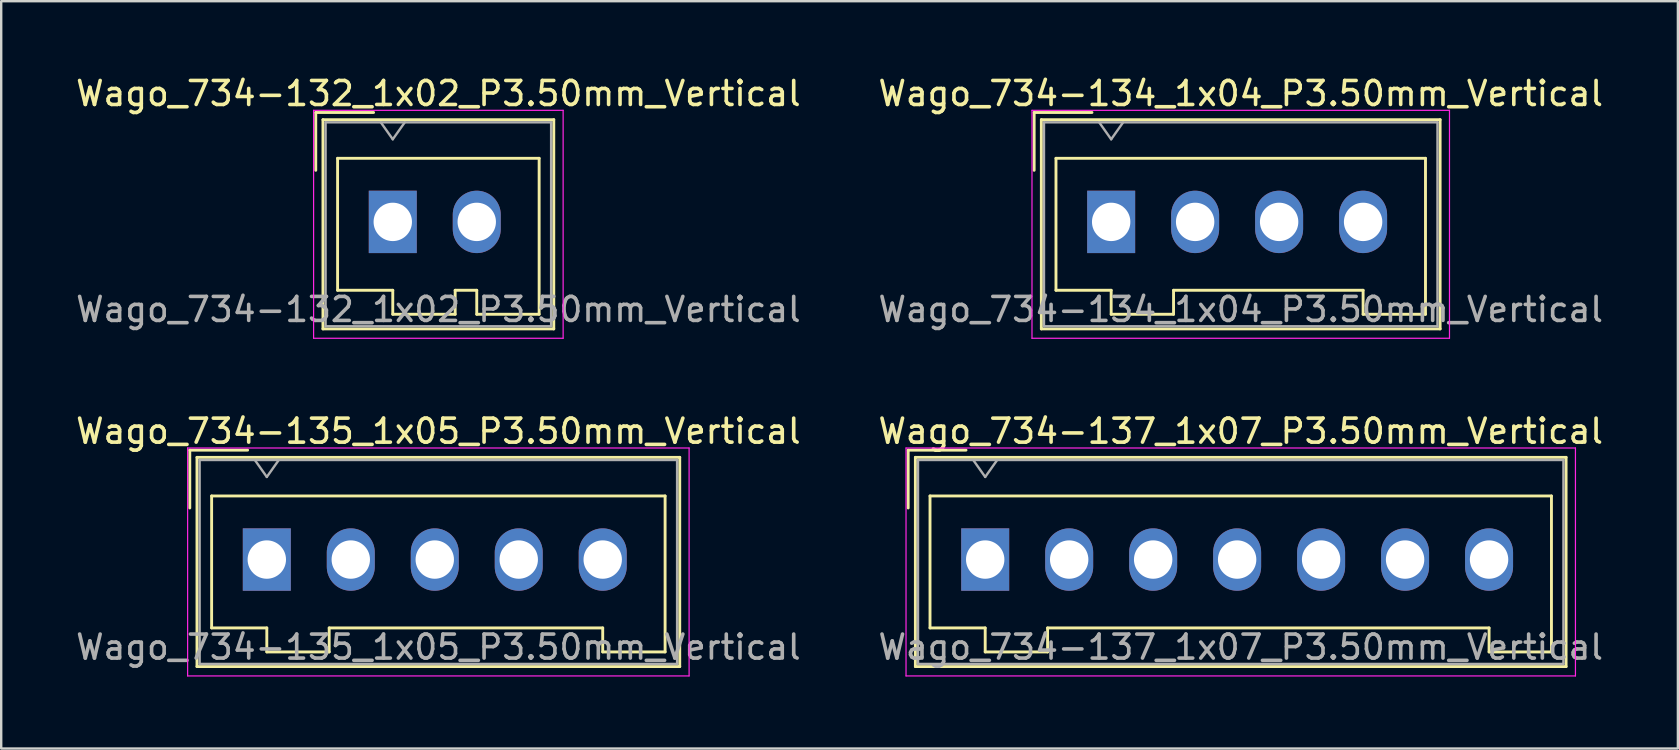
<source format=kicad_pcb>
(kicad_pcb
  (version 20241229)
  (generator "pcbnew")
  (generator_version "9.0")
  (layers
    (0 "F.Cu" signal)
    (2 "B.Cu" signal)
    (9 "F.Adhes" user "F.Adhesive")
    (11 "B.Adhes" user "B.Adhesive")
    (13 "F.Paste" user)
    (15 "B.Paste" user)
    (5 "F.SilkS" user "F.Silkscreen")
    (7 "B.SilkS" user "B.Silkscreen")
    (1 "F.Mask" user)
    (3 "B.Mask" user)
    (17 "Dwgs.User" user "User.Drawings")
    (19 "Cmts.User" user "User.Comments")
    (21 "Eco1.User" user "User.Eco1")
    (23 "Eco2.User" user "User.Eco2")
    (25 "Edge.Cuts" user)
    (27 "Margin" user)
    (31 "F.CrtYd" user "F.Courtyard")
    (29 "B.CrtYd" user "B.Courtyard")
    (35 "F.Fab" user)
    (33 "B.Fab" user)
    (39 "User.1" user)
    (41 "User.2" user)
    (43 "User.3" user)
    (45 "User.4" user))
  (footprint "Wago_734-137_1x07_P3.50mm_Vertical"
    (layer "F.Cu")
    (at 38.011 20.271)
    (property "Reference" "Wago_734-137_1x07_P3.50mm_Vertical" (at 10.65 -5.35 0) (layer "F.SilkS") (effects (font (size 1 1) (thickness 0.15))))
    (attr through_hole)
    (fp_line (start -3.21 -4.56) (end -0.8 -4.56) (stroke (width 0.12) (type solid)) (layer "F.SilkS"))
    (fp_line (start -3.21 -2.15) (end -3.21 -4.56) (stroke (width 0.12) (type solid)) (layer "F.SilkS"))
    (fp_line (start -2.91 -4.26) (end -2.91 4.46) (stroke (width 0.12) (type solid)) (layer "F.SilkS"))
    (fp_line (start -2.91 4.46) (end 24.21 4.46) (stroke (width 0.12) (type solid)) (layer "F.SilkS"))
    (fp_line (start -2.3 -2.65) (end -2.3 2.85) (stroke (width 0.12) (type solid)) (layer "F.SilkS"))
    (fp_line (start -2.3 2.85) (end 0 2.85) (stroke (width 0.12) (type solid)) (layer "F.SilkS"))
    (fp_line (start 0 2.85) (end 0 3.85) (stroke (width 0.12) (type solid)) (layer "F.SilkS"))
    (fp_line (start 0 3.85) (end 2.6 3.85) (stroke (width 0.12) (type solid)) (layer "F.SilkS"))
    (fp_line (start 2.6 2.85) (end 21 2.85) (stroke (width 0.12) (type solid)) (layer "F.SilkS"))
    (fp_line (start 2.6 3.85) (end 2.6 2.85) (stroke (width 0.12) (type solid)) (layer "F.SilkS"))
    (fp_line (start 21 2.85) (end 21 3.85) (stroke (width 0.12) (type solid)) (layer "F.SilkS"))
    (fp_line (start 21 3.85) (end 23.6 3.85) (stroke (width 0.12) (type solid)) (layer "F.SilkS"))
    (fp_line (start 23.6 -2.65) (end -2.3 -2.65) (stroke (width 0.12) (type solid)) (layer "F.SilkS"))
    (fp_line (start 23.6 3.85) (end 23.6 -2.65) (stroke (width 0.12) (type solid)) (layer "F.SilkS"))
    (fp_line (start 24.21 -4.26) (end -2.91 -4.26) (stroke (width 0.12) (type solid)) (layer "F.SilkS"))
    (fp_line (start 24.21 4.46) (end 24.21 -4.26) (stroke (width 0.12) (type solid)) (layer "F.SilkS"))
    (fp_line (start -3.3 -4.65) (end -3.3 4.85) (stroke (width 0.05) (type solid)) (layer "F.CrtYd"))
    (fp_line (start -3.3 4.85) (end 24.6 4.85) (stroke (width 0.05) (type solid)) (layer "F.CrtYd"))
    (fp_line (start 24.6 -4.65) (end -3.3 -4.65) (stroke (width 0.05) (type solid)) (layer "F.CrtYd"))
    (fp_line (start 24.6 4.85) (end 24.6 -4.65) (stroke (width 0.05) (type solid)) (layer "F.CrtYd"))
    (fp_line (start -2.8 -4.15) (end -2.8 4.35) (stroke (width 0.1) (type solid)) (layer "F.Fab"))
    (fp_line (start -2.8 4.35) (end 24.1 4.35) (stroke (width 0.1) (type solid)) (layer "F.Fab"))
    (fp_line (start -0.5 -4.15) (end 0 -3.443) (stroke (width 0.1) (type solid)) (layer "F.Fab"))
    (fp_line (start 0 -3.443) (end 0.5 -4.15) (stroke (width 0.1) (type solid)) (layer "F.Fab"))
    (fp_line (start 24.1 -4.15) (end -2.8 -4.15) (stroke (width 0.1) (type solid)) (layer "F.Fab"))
    (fp_line (start 24.1 4.35) (end 24.1 -4.15) (stroke (width 0.1) (type solid)) (layer "F.Fab"))
    (fp_text user "${REFERENCE}" (at 10.65 3.65 0) (layer "F.Fab") (effects (font (size 1 1) (thickness 0.15))))
    (pad "1" thru_hole rect (at 0 0) (size 2 2.6) (drill 1.6) (layers "*.Cu" "*.Mask"))
    (pad "2" thru_hole oval (at 3.5 0) (size 2 2.6) (drill 1.6) (layers "*.Cu" "*.Mask"))
    (pad "3" thru_hole oval (at 7 0) (size 2 2.6) (drill 1.6) (layers "*.Cu" "*.Mask"))
    (pad "4" thru_hole oval (at 10.5 0) (size 2 2.6) (drill 1.6) (layers "*.Cu" "*.Mask"))
    (pad "5" thru_hole oval (at 14 0) (size 2 2.6) (drill 1.6) (layers "*.Cu" "*.Mask"))
    (pad "6" thru_hole oval (at 17.5 0) (size 2 2.6) (drill 1.6) (layers "*.Cu" "*.Mask"))
    (pad "7" thru_hole oval (at 21 0) (size 2 2.6) (drill 1.6) (layers "*.Cu" "*.Mask")))
  (footprint "Wago_734-134_1x04_P3.50mm_Vertical"
    (layer "F.Cu")
    (at 43.261 6.198)
    (property "Reference" "Wago_734-134_1x04_P3.50mm_Vertical" (at 5.4 -5.35 0) (layer "F.SilkS") (effects (font (size 1 1) (thickness 0.15))))
    (attr through_hole)
    (fp_line (start -3.21 -4.56) (end -0.8 -4.56) (stroke (width 0.12) (type solid)) (layer "F.SilkS"))
    (fp_line (start -3.21 -2.15) (end -3.21 -4.56) (stroke (width 0.12) (type solid)) (layer "F.SilkS"))
    (fp_line (start -2.91 -4.26) (end -2.91 4.46) (stroke (width 0.12) (type solid)) (layer "F.SilkS"))
    (fp_line (start -2.91 4.46) (end 13.71 4.46) (stroke (width 0.12) (type solid)) (layer "F.SilkS"))
    (fp_line (start -2.3 -2.65) (end -2.3 2.85) (stroke (width 0.12) (type solid)) (layer "F.SilkS"))
    (fp_line (start -2.3 2.85) (end 0 2.85) (stroke (width 0.12) (type solid)) (layer "F.SilkS"))
    (fp_line (start 0 2.85) (end 0 3.85) (stroke (width 0.12) (type solid)) (layer "F.SilkS"))
    (fp_line (start 0 3.85) (end 2.6 3.85) (stroke (width 0.12) (type solid)) (layer "F.SilkS"))
    (fp_line (start 2.6 2.85) (end 10.5 2.85) (stroke (width 0.12) (type solid)) (layer "F.SilkS"))
    (fp_line (start 2.6 3.85) (end 2.6 2.85) (stroke (width 0.12) (type solid)) (layer "F.SilkS"))
    (fp_line (start 10.5 2.85) (end 10.5 3.85) (stroke (width 0.12) (type solid)) (layer "F.SilkS"))
    (fp_line (start 10.5 3.85) (end 13.1 3.85) (stroke (width 0.12) (type solid)) (layer "F.SilkS"))
    (fp_line (start 13.1 -2.65) (end -2.3 -2.65) (stroke (width 0.12) (type solid)) (layer "F.SilkS"))
    (fp_line (start 13.1 3.85) (end 13.1 -2.65) (stroke (width 0.12) (type solid)) (layer "F.SilkS"))
    (fp_line (start 13.71 -4.26) (end -2.91 -4.26) (stroke (width 0.12) (type solid)) (layer "F.SilkS"))
    (fp_line (start 13.71 4.46) (end 13.71 -4.26) (stroke (width 0.12) (type solid)) (layer "F.SilkS"))
    (fp_line (start -3.3 -4.65) (end -3.3 4.85) (stroke (width 0.05) (type solid)) (layer "F.CrtYd"))
    (fp_line (start -3.3 4.85) (end 14.1 4.85) (stroke (width 0.05) (type solid)) (layer "F.CrtYd"))
    (fp_line (start 14.1 -4.65) (end -3.3 -4.65) (stroke (width 0.05) (type solid)) (layer "F.CrtYd"))
    (fp_line (start 14.1 4.85) (end 14.1 -4.65) (stroke (width 0.05) (type solid)) (layer "F.CrtYd"))
    (fp_line (start -2.8 -4.15) (end -2.8 4.35) (stroke (width 0.1) (type solid)) (layer "F.Fab"))
    (fp_line (start -2.8 4.35) (end 13.6 4.35) (stroke (width 0.1) (type solid)) (layer "F.Fab"))
    (fp_line (start -0.5 -4.15) (end 0 -3.443) (stroke (width 0.1) (type solid)) (layer "F.Fab"))
    (fp_line (start 0 -3.443) (end 0.5 -4.15) (stroke (width 0.1) (type solid)) (layer "F.Fab"))
    (fp_line (start 13.6 -4.15) (end -2.8 -4.15) (stroke (width 0.1) (type solid)) (layer "F.Fab"))
    (fp_line (start 13.6 4.35) (end 13.6 -4.15) (stroke (width 0.1) (type solid)) (layer "F.Fab"))
    (fp_text user "${REFERENCE}" (at 5.4 3.65 0) (layer "F.Fab") (effects (font (size 1 1) (thickness 0.15))))
    (pad "1" thru_hole rect (at 0 0) (size 2 2.6) (drill 1.6) (layers "*.Cu" "*.Mask"))
    (pad "2" thru_hole oval (at 3.5 0) (size 2 2.6) (drill 1.6) (layers "*.Cu" "*.Mask"))
    (pad "3" thru_hole oval (at 7 0) (size 2 2.6) (drill 1.6) (layers "*.Cu" "*.Mask"))
    (pad "4" thru_hole oval (at 10.5 0) (size 2 2.6) (drill 1.6) (layers "*.Cu" "*.Mask")))
  (footprint "Wago_734-132_1x02_P3.50mm_Vertical"
    (layer "F.Cu")
    (at 13.32 6.198)
    (property "Reference" "Wago_734-132_1x02_P3.50mm_Vertical" (at 1.9 -5.35 0) (layer "F.SilkS") (effects (font (size 1 1) (thickness 0.15))))
    (attr through_hole)
    (fp_line (start -3.21 -4.56) (end -0.8 -4.56) (stroke (width 0.12) (type solid)) (layer "F.SilkS"))
    (fp_line (start -3.21 -2.15) (end -3.21 -4.56) (stroke (width 0.12) (type solid)) (layer "F.SilkS"))
    (fp_line (start -2.91 -4.26) (end -2.91 4.46) (stroke (width 0.12) (type solid)) (layer "F.SilkS"))
    (fp_line (start -2.91 4.46) (end 6.71 4.46) (stroke (width 0.12) (type solid)) (layer "F.SilkS"))
    (fp_line (start -2.3 -2.65) (end -2.3 2.85) (stroke (width 0.12) (type solid)) (layer "F.SilkS"))
    (fp_line (start -2.3 2.85) (end 0 2.85) (stroke (width 0.12) (type solid)) (layer "F.SilkS"))
    (fp_line (start 0 2.85) (end 0 3.85) (stroke (width 0.12) (type solid)) (layer "F.SilkS"))
    (fp_line (start 0 3.85) (end 2.6 3.85) (stroke (width 0.12) (type solid)) (layer "F.SilkS"))
    (fp_line (start 2.6 2.85) (end 3.5 2.85) (stroke (width 0.12) (type solid)) (layer "F.SilkS"))
    (fp_line (start 2.6 3.85) (end 2.6 2.85) (stroke (width 0.12) (type solid)) (layer "F.SilkS"))
    (fp_line (start 3.5 2.85) (end 3.5 3.85) (stroke (width 0.12) (type solid)) (layer "F.SilkS"))
    (fp_line (start 3.5 3.85) (end 6.1 3.85) (stroke (width 0.12) (type solid)) (layer "F.SilkS"))
    (fp_line (start 6.1 -2.65) (end -2.3 -2.65) (stroke (width 0.12) (type solid)) (layer "F.SilkS"))
    (fp_line (start 6.1 3.85) (end 6.1 -2.65) (stroke (width 0.12) (type solid)) (layer "F.SilkS"))
    (fp_line (start 6.71 -4.26) (end -2.91 -4.26) (stroke (width 0.12) (type solid)) (layer "F.SilkS"))
    (fp_line (start 6.71 4.46) (end 6.71 -4.26) (stroke (width 0.12) (type solid)) (layer "F.SilkS"))
    (fp_line (start -3.3 -4.65) (end -3.3 4.85) (stroke (width 0.05) (type solid)) (layer "F.CrtYd"))
    (fp_line (start -3.3 4.85) (end 7.1 4.85) (stroke (width 0.05) (type solid)) (layer "F.CrtYd"))
    (fp_line (start 7.1 -4.65) (end -3.3 -4.65) (stroke (width 0.05) (type solid)) (layer "F.CrtYd"))
    (fp_line (start 7.1 4.85) (end 7.1 -4.65) (stroke (width 0.05) (type solid)) (layer "F.CrtYd"))
    (fp_line (start -2.8 -4.15) (end -2.8 4.35) (stroke (width 0.1) (type solid)) (layer "F.Fab"))
    (fp_line (start -2.8 4.35) (end 6.6 4.35) (stroke (width 0.1) (type solid)) (layer "F.Fab"))
    (fp_line (start -0.5 -4.15) (end 0 -3.443) (stroke (width 0.1) (type solid)) (layer "F.Fab"))
    (fp_line (start 0 -3.443) (end 0.5 -4.15) (stroke (width 0.1) (type solid)) (layer "F.Fab"))
    (fp_line (start 6.6 -4.15) (end -2.8 -4.15) (stroke (width 0.1) (type solid)) (layer "F.Fab"))
    (fp_line (start 6.6 4.35) (end 6.6 -4.15) (stroke (width 0.1) (type solid)) (layer "F.Fab"))
    (fp_text user "${REFERENCE}" (at 1.9 3.65 0) (layer "F.Fab") (effects (font (size 1 1) (thickness 0.15))))
    (pad "1" thru_hole rect (at 0 0) (size 2 2.6) (drill 1.6) (layers "*.Cu" "*.Mask"))
    (pad "2" thru_hole oval (at 3.5 0) (size 2 2.6) (drill 1.6) (layers "*.Cu" "*.Mask")))
  (footprint "Wago_734-135_1x05_P3.50mm_Vertical"
    (layer "F.Cu")
    (at 8.07 20.271)
    (property "Reference" "Wago_734-135_1x05_P3.50mm_Vertical" (at 7.15 -5.35 0) (layer "F.SilkS") (effects (font (size 1 1) (thickness 0.15))))
    (attr through_hole)
    (fp_line (start -3.21 -4.56) (end -0.8 -4.56) (stroke (width 0.12) (type solid)) (layer "F.SilkS"))
    (fp_line (start -3.21 -2.15) (end -3.21 -4.56) (stroke (width 0.12) (type solid)) (layer "F.SilkS"))
    (fp_line (start -2.91 -4.26) (end -2.91 4.46) (stroke (width 0.12) (type solid)) (layer "F.SilkS"))
    (fp_line (start -2.91 4.46) (end 17.21 4.46) (stroke (width 0.12) (type solid)) (layer "F.SilkS"))
    (fp_line (start -2.3 -2.65) (end -2.3 2.85) (stroke (width 0.12) (type solid)) (layer "F.SilkS"))
    (fp_line (start -2.3 2.85) (end 0 2.85) (stroke (width 0.12) (type solid)) (layer "F.SilkS"))
    (fp_line (start 0 2.85) (end 0 3.85) (stroke (width 0.12) (type solid)) (layer "F.SilkS"))
    (fp_line (start 0 3.85) (end 2.6 3.85) (stroke (width 0.12) (type solid)) (layer "F.SilkS"))
    (fp_line (start 2.6 2.85) (end 14 2.85) (stroke (width 0.12) (type solid)) (layer "F.SilkS"))
    (fp_line (start 2.6 3.85) (end 2.6 2.85) (stroke (width 0.12) (type solid)) (layer "F.SilkS"))
    (fp_line (start 14 2.85) (end 14 3.85) (stroke (width 0.12) (type solid)) (layer "F.SilkS"))
    (fp_line (start 14 3.85) (end 16.6 3.85) (stroke (width 0.12) (type solid)) (layer "F.SilkS"))
    (fp_line (start 16.6 -2.65) (end -2.3 -2.65) (stroke (width 0.12) (type solid)) (layer "F.SilkS"))
    (fp_line (start 16.6 3.85) (end 16.6 -2.65) (stroke (width 0.12) (type solid)) (layer "F.SilkS"))
    (fp_line (start 17.21 -4.26) (end -2.91 -4.26) (stroke (width 0.12) (type solid)) (layer "F.SilkS"))
    (fp_line (start 17.21 4.46) (end 17.21 -4.26) (stroke (width 0.12) (type solid)) (layer "F.SilkS"))
    (fp_line (start -3.3 -4.65) (end -3.3 4.85) (stroke (width 0.05) (type solid)) (layer "F.CrtYd"))
    (fp_line (start -3.3 4.85) (end 17.6 4.85) (stroke (width 0.05) (type solid)) (layer "F.CrtYd"))
    (fp_line (start 17.6 -4.65) (end -3.3 -4.65) (stroke (width 0.05) (type solid)) (layer "F.CrtYd"))
    (fp_line (start 17.6 4.85) (end 17.6 -4.65) (stroke (width 0.05) (type solid)) (layer "F.CrtYd"))
    (fp_line (start -2.8 -4.15) (end -2.8 4.35) (stroke (width 0.1) (type solid)) (layer "F.Fab"))
    (fp_line (start -2.8 4.35) (end 17.1 4.35) (stroke (width 0.1) (type solid)) (layer "F.Fab"))
    (fp_line (start -0.5 -4.15) (end 0 -3.443) (stroke (width 0.1) (type solid)) (layer "F.Fab"))
    (fp_line (start 0 -3.443) (end 0.5 -4.15) (stroke (width 0.1) (type solid)) (layer "F.Fab"))
    (fp_line (start 17.1 -4.15) (end -2.8 -4.15) (stroke (width 0.1) (type solid)) (layer "F.Fab"))
    (fp_line (start 17.1 4.35) (end 17.1 -4.15) (stroke (width 0.1) (type solid)) (layer "F.Fab"))
    (fp_text user "${REFERENCE}" (at 7.15 3.65 0) (layer "F.Fab") (effects (font (size 1 1) (thickness 0.15))))
    (pad "1" thru_hole rect (at 0 0) (size 2 2.6) (drill 1.6) (layers "*.Cu" "*.Mask"))
    (pad "2" thru_hole oval (at 3.5 0) (size 2 2.6) (drill 1.6) (layers "*.Cu" "*.Mask"))
    (pad "3" thru_hole oval (at 7 0) (size 2 2.6) (drill 1.6) (layers "*.Cu" "*.Mask"))
    (pad "4" thru_hole oval (at 10.5 0) (size 2 2.6) (drill 1.6) (layers "*.Cu" "*.Mask"))
    (pad "5" thru_hole oval (at 14 0) (size 2 2.6) (drill 1.6) (layers "*.Cu" "*.Mask")))
  (gr_rect
    (start -3 -3)
    (end 66.881 28.146)
    (stroke (width 0.1) (type default))
    (fill no)
    (layer "Edge.Cuts")))
</source>
